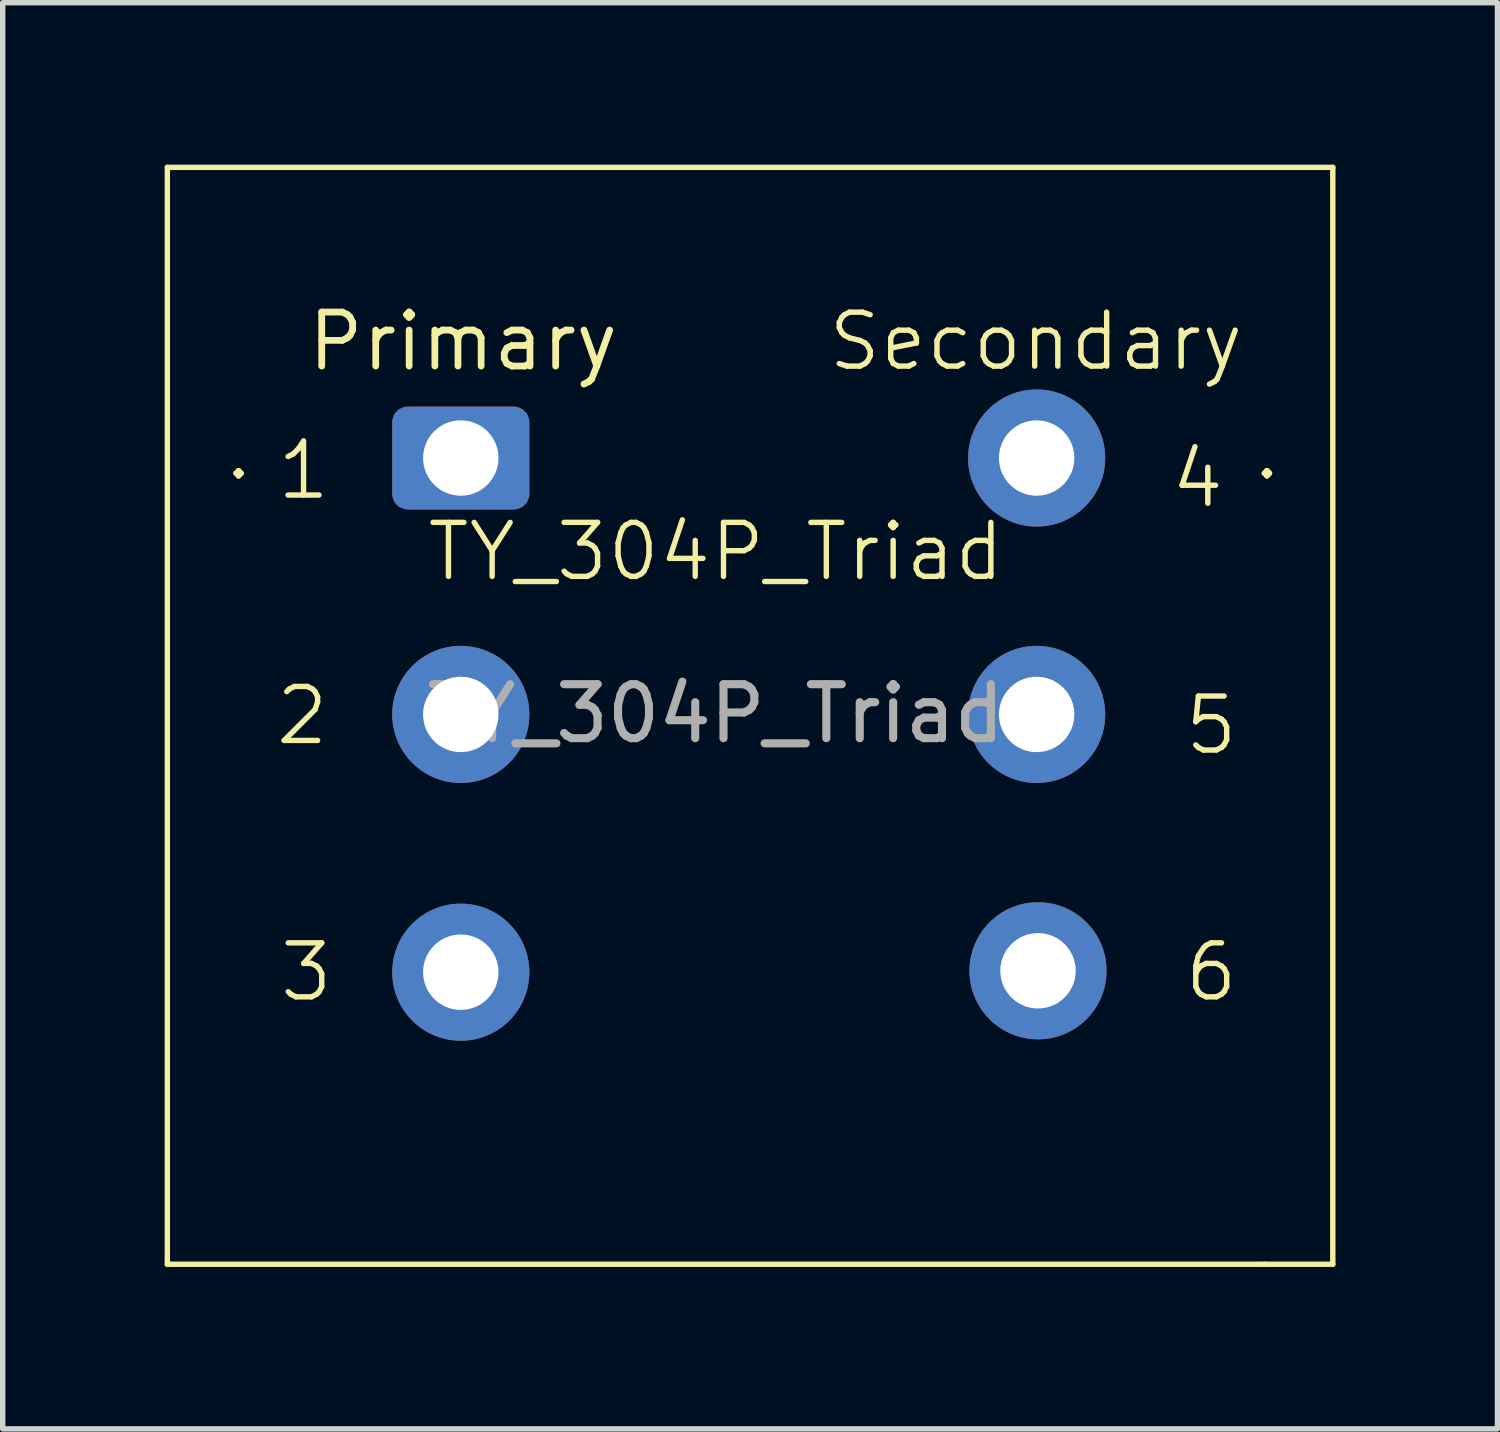
<source format=kicad_pcb>
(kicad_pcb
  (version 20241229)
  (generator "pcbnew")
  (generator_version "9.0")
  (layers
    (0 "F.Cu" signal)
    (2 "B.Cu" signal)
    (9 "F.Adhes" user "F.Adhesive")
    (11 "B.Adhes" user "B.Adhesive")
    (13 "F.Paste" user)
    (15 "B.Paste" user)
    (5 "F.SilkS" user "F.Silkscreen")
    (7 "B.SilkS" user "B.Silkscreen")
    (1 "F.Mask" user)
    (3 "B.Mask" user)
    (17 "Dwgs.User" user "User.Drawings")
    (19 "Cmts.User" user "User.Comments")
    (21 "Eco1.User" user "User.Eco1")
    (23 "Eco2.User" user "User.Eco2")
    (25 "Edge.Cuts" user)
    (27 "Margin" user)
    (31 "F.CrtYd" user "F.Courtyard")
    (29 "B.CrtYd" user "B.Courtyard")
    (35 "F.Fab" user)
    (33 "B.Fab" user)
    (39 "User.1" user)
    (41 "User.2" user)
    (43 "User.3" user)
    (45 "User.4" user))
  (footprint "TY_304P_Triad"
    (layer "F.Cu")
    (at 10.21 7.67)
    (property "Reference" "TY_304P_Triad" (at 0 -0.5 0) (unlocked yes) (layer "F.SilkS") (effects (font (size 1 1) (thickness 0.1))))
    (attr through_hole)
    (fp_line (start -10.16 -7.62) (end -10.16 12.7) (stroke (width 0.1) (type default)) (layer "F.SilkS"))
    (fp_line (start -10.16 12.7) (end 10.16 12.7) (stroke (width 0.1) (type default)) (layer "F.SilkS"))
    (fp_line (start 10.16 12.7) (end 11.43 12.7) (stroke (width 0.1) (type default)) (layer "F.SilkS"))
    (fp_line (start 11.43 -7.62) (end -10.16 -7.62) (stroke (width 0.1) (type default)) (layer "F.SilkS"))
    (fp_line (start 11.43 12.7) (end 11.43 -7.62) (stroke (width 0.1) (type default)) (layer "F.SilkS"))
    (fp_text user "." (at -9.144 -1.778 0) (unlocked yes) (layer "F.SilkS") (effects (font (size 1 1) (thickness 0.1)) (justify left bottom)))
    (fp_text user "5" (at 8.636 3.302 0) (unlocked yes) (layer "F.SilkS") (effects (font (size 1 1) (thickness 0.1)) (justify left bottom)))
    (fp_text user "6" (at 8.636 7.874 0) (unlocked yes) (layer "F.SilkS") (effects (font (size 1 1) (thickness 0.1)) (justify left bottom)))
    (fp_text user "2" (at -8.204 3.124 0) (unlocked yes) (layer "F.SilkS") (effects (font (size 1 1) (thickness 0.1)) (justify left bottom)))
    (fp_text user "3" (at -8.128 7.874 0) (unlocked yes) (layer "F.SilkS") (effects (font (size 1 1) (thickness 0.1)) (justify left bottom)))
    (fp_text user "Secondary" (at 2.032 -3.81 0) (unlocked yes) (layer "F.SilkS") (effects (font (size 1 1) (thickness 0.1)) (justify left bottom)))
    (fp_text user "4" (at 8.382 -1.27 0) (unlocked yes) (layer "F.SilkS") (effects (font (size 1 1) (thickness 0.1)) (justify left bottom)))
    (fp_text user "1" (at -8.179 -1.422 0) (unlocked yes) (layer "F.SilkS") (effects (font (size 1 1) (thickness 0.1)) (justify left bottom)))
    (fp_text user "." (at 9.906 -1.778 0) (unlocked yes) (layer "F.SilkS") (effects (font (size 1 1) (thickness 0.1)) (justify left bottom)))
    (fp_text user "Primary" (at -7.62 -3.81 0) (unlocked yes) (layer "F.SilkS") (effects (font (size 1 1) (thickness 0.125)) (justify left bottom)))
    (fp_text user "${REFERENCE}" (at 0 2.5 0) (unlocked yes) (layer "F.Fab") (effects (font (size 1 1) (thickness 0.15))))
    (pad "1" thru_hole roundrect (at -4.724 -2.235) (size 2.54 1.905) (drill 1.397) (layers "*.Cu" "*.Mask") (roundrect_rratio 0.15))
    (pad "2" thru_hole circle (at -4.724 2.515) (size 2.54 2.54) (drill 1.397) (layers "*.Cu" "*.Mask"))
    (pad "3" thru_hole circle (at -4.724 7.29) (size 2.54 2.54) (drill 1.397) (layers "*.Cu" "*.Mask"))
    (pad "4" thru_hole circle (at 5.944 -2.235) (size 2.54 2.54) (drill 1.397) (layers "*.Cu" "*.Mask"))
    (pad "5" thru_hole circle (at 5.944 2.515) (size 2.54 2.54) (drill 1.397) (layers "*.Cu" "*.Mask"))
    (pad "6" thru_hole circle (at 5.969 7.264) (size 2.54 2.54) (drill 1.397) (layers "*.Cu" "*.Mask")))
  (gr_rect
    (start -3 -3)
    (end 24.69 23.42)
    (stroke (width 0.1) (type default))
    (fill no)
    (layer "Edge.Cuts")))
</source>
